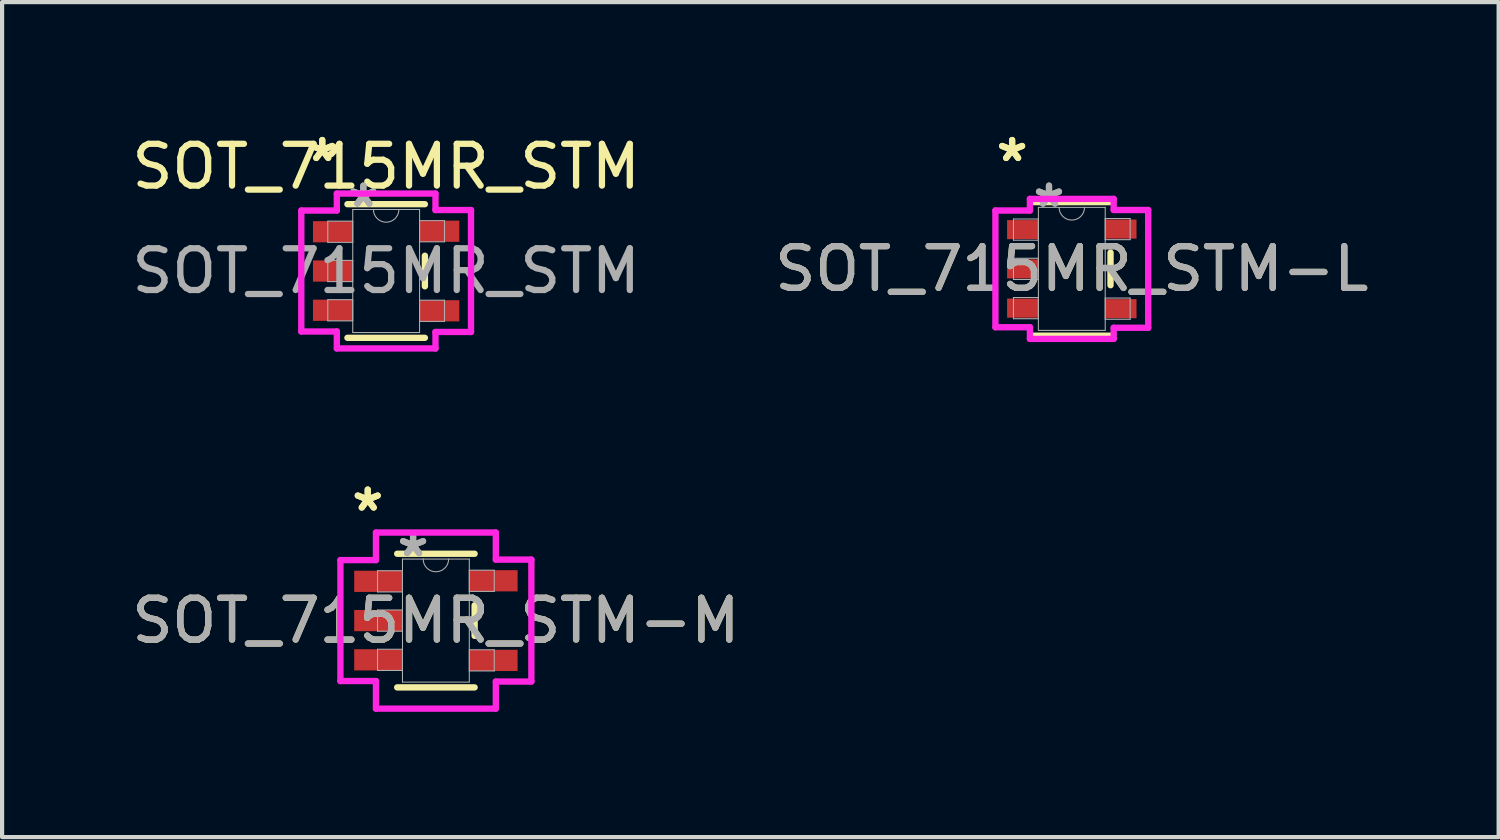
<source format=kicad_pcb>
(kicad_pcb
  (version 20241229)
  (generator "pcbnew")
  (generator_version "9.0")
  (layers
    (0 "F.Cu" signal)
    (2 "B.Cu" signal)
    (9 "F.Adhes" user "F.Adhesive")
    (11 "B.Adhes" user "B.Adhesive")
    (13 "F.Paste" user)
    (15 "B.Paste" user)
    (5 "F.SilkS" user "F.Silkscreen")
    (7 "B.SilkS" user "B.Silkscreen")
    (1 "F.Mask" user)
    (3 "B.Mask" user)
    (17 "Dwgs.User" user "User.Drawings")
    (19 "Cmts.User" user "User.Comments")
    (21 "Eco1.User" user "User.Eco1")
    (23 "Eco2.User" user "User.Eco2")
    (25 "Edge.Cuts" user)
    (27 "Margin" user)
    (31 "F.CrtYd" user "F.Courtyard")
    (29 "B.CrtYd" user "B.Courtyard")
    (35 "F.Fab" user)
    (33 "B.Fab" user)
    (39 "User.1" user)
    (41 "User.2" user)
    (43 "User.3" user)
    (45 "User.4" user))
  (footprint "SOT_715MR_STM"
    (layer "F.Cu")
    (at 6.196 3.439)
    (property "Reference" "SOT_715MR_STM" (at 0 -2.5 0) (unlocked yes) (layer "F.SilkS") (effects (font (size 1 1) (thickness 0.15))))
    (attr smd)
    (fp_line (start -0.927 1.6) (end 0.927 1.6) (stroke (width 0.152) (type solid)) (layer "F.SilkS"))
    (fp_line (start 0.927 -1.6) (end -0.927 -1.6) (stroke (width 0.152) (type solid)) (layer "F.SilkS"))
    (fp_line (start 0.927 0.366) (end 0.927 -0.366) (stroke (width 0.152) (type solid)) (layer "F.SilkS"))
    (fp_line (start -2.032 -1.448) (end -1.181 -1.448) (stroke (width 0.152) (type solid)) (layer "F.CrtYd"))
    (fp_line (start -2.032 1.448) (end -2.032 -1.448) (stroke (width 0.152) (type solid)) (layer "F.CrtYd"))
    (fp_line (start -1.181 -1.854) (end 1.181 -1.854) (stroke (width 0.152) (type solid)) (layer "F.CrtYd"))
    (fp_line (start -1.181 -1.448) (end -1.181 -1.854) (stroke (width 0.152) (type solid)) (layer "F.CrtYd"))
    (fp_line (start -1.181 1.448) (end -2.032 1.448) (stroke (width 0.152) (type solid)) (layer "F.CrtYd"))
    (fp_line (start -1.181 1.854) (end -1.181 1.448) (stroke (width 0.152) (type solid)) (layer "F.CrtYd"))
    (fp_line (start 1.181 -1.854) (end 1.181 -1.46) (stroke (width 0.152) (type solid)) (layer "F.CrtYd"))
    (fp_line (start 1.181 -1.46) (end 2.032 -1.46) (stroke (width 0.152) (type solid)) (layer "F.CrtYd"))
    (fp_line (start 1.181 1.46) (end 1.181 1.854) (stroke (width 0.152) (type solid)) (layer "F.CrtYd"))
    (fp_line (start 1.181 1.854) (end -1.181 1.854) (stroke (width 0.152) (type solid)) (layer "F.CrtYd"))
    (fp_line (start 2.032 -1.46) (end 2.032 1.46) (stroke (width 0.152) (type solid)) (layer "F.CrtYd"))
    (fp_line (start 2.032 1.46) (end 1.181 1.46) (stroke (width 0.152) (type solid)) (layer "F.CrtYd"))
    (fp_line (start -1.397 -1.194) (end -1.397 -0.686) (stroke (width 0.025) (type solid)) (layer "F.Fab"))
    (fp_line (start -1.397 -0.686) (end -0.8 -0.686) (stroke (width 0.025) (type solid)) (layer "F.Fab"))
    (fp_line (start -1.397 -0.254) (end -1.397 0.254) (stroke (width 0.025) (type solid)) (layer "F.Fab"))
    (fp_line (start -1.397 0.254) (end -0.8 0.254) (stroke (width 0.025) (type solid)) (layer "F.Fab"))
    (fp_line (start -1.397 0.686) (end -1.397 1.194) (stroke (width 0.025) (type solid)) (layer "F.Fab"))
    (fp_line (start -1.397 1.194) (end -0.8 1.194) (stroke (width 0.025) (type solid)) (layer "F.Fab"))
    (fp_line (start -0.8 -1.473) (end -0.8 1.473) (stroke (width 0.025) (type solid)) (layer "F.Fab"))
    (fp_line (start -0.8 -1.194) (end -1.397 -1.194) (stroke (width 0.025) (type solid)) (layer "F.Fab"))
    (fp_line (start -0.8 -0.686) (end -0.8 -1.194) (stroke (width 0.025) (type solid)) (layer "F.Fab"))
    (fp_line (start -0.8 -0.254) (end -1.397 -0.254) (stroke (width 0.025) (type solid)) (layer "F.Fab"))
    (fp_line (start -0.8 0.254) (end -0.8 -0.254) (stroke (width 0.025) (type solid)) (layer "F.Fab"))
    (fp_line (start -0.8 0.686) (end -1.397 0.686) (stroke (width 0.025) (type solid)) (layer "F.Fab"))
    (fp_line (start -0.8 1.194) (end -0.8 0.686) (stroke (width 0.025) (type solid)) (layer "F.Fab"))
    (fp_line (start -0.8 1.473) (end 0.8 1.473) (stroke (width 0.025) (type solid)) (layer "F.Fab"))
    (fp_line (start 0.8 -1.473) (end -0.8 -1.473) (stroke (width 0.025) (type solid)) (layer "F.Fab"))
    (fp_line (start 0.8 -1.206) (end 0.8 -0.699) (stroke (width 0.025) (type solid)) (layer "F.Fab"))
    (fp_line (start 0.8 -0.699) (end 1.397 -0.699) (stroke (width 0.025) (type solid)) (layer "F.Fab"))
    (fp_line (start 0.8 0.699) (end 0.8 1.206) (stroke (width 0.025) (type solid)) (layer "F.Fab"))
    (fp_line (start 0.8 1.206) (end 1.397 1.206) (stroke (width 0.025) (type solid)) (layer "F.Fab"))
    (fp_line (start 0.8 1.473) (end 0.8 -1.473) (stroke (width 0.025) (type solid)) (layer "F.Fab"))
    (fp_line (start 1.397 -1.206) (end 0.8 -1.206) (stroke (width 0.025) (type solid)) (layer "F.Fab"))
    (fp_line (start 1.397 -0.699) (end 1.397 -1.206) (stroke (width 0.025) (type solid)) (layer "F.Fab"))
    (fp_line (start 1.397 0.699) (end 0.8 0.699) (stroke (width 0.025) (type solid)) (layer "F.Fab"))
    (fp_line (start 1.397 1.206) (end 1.397 0.699) (stroke (width 0.025) (type solid)) (layer "F.Fab"))
    (fp_arc (start 0.3048 -1.4732) (mid 0 -1.1684) (end -0.3048 -1.4732) (stroke (width 0.0254) (type solid)) (layer "F.Fab"))
    (fp_text user "*" (at -1.53 -2.591 0) (unlocked yes) (layer "F.SilkS") (effects (font (size 1 1) (thickness 0.15))))
    (fp_text user "*" (at -1.53 -2.591 0) (layer "F.SilkS") (effects (font (size 1 1) (thickness 0.15))))
    (fp_text user "${REFERENCE}" (at 0 0 0) (unlocked yes) (layer "F.Fab") (effects (font (size 1 1) (thickness 0.15))))
    (fp_text user "*" (at -0.546 -1.499 0) (unlocked yes) (layer "F.Fab") (effects (font (size 1 1) (thickness 0.15))))
    (fp_text user "*" (at -0.546 -1.499 0) (layer "F.Fab") (effects (font (size 1 1) (thickness 0.15))))
    (pad "1" smd rect (at -1.276 -0.94) (size 0.953 0.508) (layers "F.Cu" "F.Mask" "F.Paste"))
    (pad "2" smd rect (at -1.276 0) (size 0.953 0.508) (layers "F.Cu" "F.Mask" "F.Paste"))
    (pad "3" smd rect (at -1.276 0.94) (size 0.953 0.508) (layers "F.Cu" "F.Mask" "F.Paste"))
    (pad "4" smd rect (at 1.276 0.953) (size 0.953 0.508) (layers "F.Cu" "F.Mask" "F.Paste"))
    (pad "5" smd rect (at 1.276 -0.953) (size 0.953 0.508) (layers "F.Cu" "F.Mask" "F.Paste")))
  (footprint "SOT_715MR_STM-L"
    (layer "F.Cu")
    (at 22.613 3.388)
    (property "Reference" "SOT_715MR_STM-L" (at 0 0 0) (unlocked yes) (layer "F.SilkS") (effects (font (size 1 1) (thickness 0.15))))
    (attr smd)
    (fp_line (start -0.927 1.6) (end 0.927 1.6) (stroke (width 0.152) (type solid)) (layer "F.SilkS"))
    (fp_line (start 0.927 -1.6) (end -0.927 -1.6) (stroke (width 0.152) (type solid)) (layer "F.SilkS"))
    (fp_line (start 0.927 0.391) (end 0.927 -0.391) (stroke (width 0.152) (type solid)) (layer "F.SilkS"))
    (fp_line (start -1.829 -1.397) (end -1.003 -1.397) (stroke (width 0.152) (type solid)) (layer "F.CrtYd"))
    (fp_line (start -1.829 1.397) (end -1.829 -1.397) (stroke (width 0.152) (type solid)) (layer "F.CrtYd"))
    (fp_line (start -1.003 -1.676) (end 1.003 -1.676) (stroke (width 0.152) (type solid)) (layer "F.CrtYd"))
    (fp_line (start -1.003 -1.397) (end -1.003 -1.676) (stroke (width 0.152) (type solid)) (layer "F.CrtYd"))
    (fp_line (start -1.003 1.397) (end -1.829 1.397) (stroke (width 0.152) (type solid)) (layer "F.CrtYd"))
    (fp_line (start -1.003 1.676) (end -1.003 1.397) (stroke (width 0.152) (type solid)) (layer "F.CrtYd"))
    (fp_line (start 1.003 -1.676) (end 1.003 -1.41) (stroke (width 0.152) (type solid)) (layer "F.CrtYd"))
    (fp_line (start 1.003 -1.41) (end 1.829 -1.41) (stroke (width 0.152) (type solid)) (layer "F.CrtYd"))
    (fp_line (start 1.003 1.41) (end 1.003 1.676) (stroke (width 0.152) (type solid)) (layer "F.CrtYd"))
    (fp_line (start 1.003 1.676) (end -1.003 1.676) (stroke (width 0.152) (type solid)) (layer "F.CrtYd"))
    (fp_line (start 1.829 -1.41) (end 1.829 1.41) (stroke (width 0.152) (type solid)) (layer "F.CrtYd"))
    (fp_line (start 1.829 1.41) (end 1.003 1.41) (stroke (width 0.152) (type solid)) (layer "F.CrtYd"))
    (fp_line (start -1.397 -1.194) (end -1.397 -0.686) (stroke (width 0.025) (type solid)) (layer "F.Fab"))
    (fp_line (start -1.397 -0.686) (end -0.8 -0.686) (stroke (width 0.025) (type solid)) (layer "F.Fab"))
    (fp_line (start -1.397 -0.254) (end -1.397 0.254) (stroke (width 0.025) (type solid)) (layer "F.Fab"))
    (fp_line (start -1.397 0.254) (end -0.8 0.254) (stroke (width 0.025) (type solid)) (layer "F.Fab"))
    (fp_line (start -1.397 0.686) (end -1.397 1.194) (stroke (width 0.025) (type solid)) (layer "F.Fab"))
    (fp_line (start -1.397 1.194) (end -0.8 1.194) (stroke (width 0.025) (type solid)) (layer "F.Fab"))
    (fp_line (start -0.8 -1.473) (end -0.8 1.473) (stroke (width 0.025) (type solid)) (layer "F.Fab"))
    (fp_line (start -0.8 -1.194) (end -1.397 -1.194) (stroke (width 0.025) (type solid)) (layer "F.Fab"))
    (fp_line (start -0.8 -0.686) (end -0.8 -1.194) (stroke (width 0.025) (type solid)) (layer "F.Fab"))
    (fp_line (start -0.8 -0.254) (end -1.397 -0.254) (stroke (width 0.025) (type solid)) (layer "F.Fab"))
    (fp_line (start -0.8 0.254) (end -0.8 -0.254) (stroke (width 0.025) (type solid)) (layer "F.Fab"))
    (fp_line (start -0.8 0.686) (end -1.397 0.686) (stroke (width 0.025) (type solid)) (layer "F.Fab"))
    (fp_line (start -0.8 1.194) (end -0.8 0.686) (stroke (width 0.025) (type solid)) (layer "F.Fab"))
    (fp_line (start -0.8 1.473) (end 0.8 1.473) (stroke (width 0.025) (type solid)) (layer "F.Fab"))
    (fp_line (start 0.8 -1.473) (end -0.8 -1.473) (stroke (width 0.025) (type solid)) (layer "F.Fab"))
    (fp_line (start 0.8 -1.206) (end 0.8 -0.699) (stroke (width 0.025) (type solid)) (layer "F.Fab"))
    (fp_line (start 0.8 -0.699) (end 1.397 -0.699) (stroke (width 0.025) (type solid)) (layer "F.Fab"))
    (fp_line (start 0.8 0.699) (end 0.8 1.206) (stroke (width 0.025) (type solid)) (layer "F.Fab"))
    (fp_line (start 0.8 1.206) (end 1.397 1.206) (stroke (width 0.025) (type solid)) (layer "F.Fab"))
    (fp_line (start 0.8 1.473) (end 0.8 -1.473) (stroke (width 0.025) (type solid)) (layer "F.Fab"))
    (fp_line (start 1.397 -1.206) (end 0.8 -1.206) (stroke (width 0.025) (type solid)) (layer "F.Fab"))
    (fp_line (start 1.397 -0.699) (end 1.397 -1.206) (stroke (width 0.025) (type solid)) (layer "F.Fab"))
    (fp_line (start 1.397 0.699) (end 0.8 0.699) (stroke (width 0.025) (type solid)) (layer "F.Fab"))
    (fp_line (start 1.397 1.206) (end 1.397 0.699) (stroke (width 0.025) (type solid)) (layer "F.Fab"))
    (fp_arc (start 0.3048 -1.4732) (mid 0 -1.1684) (end -0.3048 -1.4732) (stroke (width 0.0254) (type solid)) (layer "F.Fab"))
    (fp_text user "*" (at -1.429 -2.54 0) (layer "F.SilkS") (effects (font (size 1 1) (thickness 0.15))))
    (fp_text user "*" (at -1.429 -2.54 0) (unlocked yes) (layer "F.SilkS") (effects (font (size 1 1) (thickness 0.15))))
    (fp_text user "*" (at -0.546 -1.448 0) (unlocked yes) (layer "F.Fab") (effects (font (size 1 1) (thickness 0.15))))
    (fp_text user "*" (at -0.546 -1.448 0) (layer "F.Fab") (effects (font (size 1 1) (thickness 0.15))))
    (fp_text user "${REFERENCE}" (at 0 0 0) (unlocked yes) (layer "F.Fab") (effects (font (size 1 1) (thickness 0.15))))
    (pad "1" smd rect (at -1.175 -0.94) (size 0.749 0.457) (layers "F.Cu" "F.Mask" "F.Paste"))
    (pad "2" smd rect (at -1.175 0) (size 0.749 0.457) (layers "F.Cu" "F.Mask" "F.Paste"))
    (pad "3" smd rect (at -1.175 0.94) (size 0.749 0.457) (layers "F.Cu" "F.Mask" "F.Paste"))
    (pad "4" smd rect (at 1.175 0.953) (size 0.749 0.457) (layers "F.Cu" "F.Mask" "F.Paste"))
    (pad "5" smd rect (at 1.175 -0.953) (size 0.749 0.457) (layers "F.Cu" "F.Mask" "F.Paste")))
  (footprint "SOT_715MR_STM-M"
    (layer "F.Cu")
    (at 7.387 11.809)
    (property "Reference" "SOT_715MR_STM-M" (at 0 0 0) (unlocked yes) (layer "F.SilkS") (effects (font (size 1 1) (thickness 0.15))))
    (attr smd)
    (fp_line (start -0.927 1.6) (end 0.927 1.6) (stroke (width 0.152) (type solid)) (layer "F.SilkS"))
    (fp_line (start 0.927 -1.6) (end -0.927 -1.6) (stroke (width 0.152) (type solid)) (layer "F.SilkS"))
    (fp_line (start 0.927 0.366) (end 0.927 -0.366) (stroke (width 0.152) (type solid)) (layer "F.SilkS"))
    (fp_line (start -2.286 -1.448) (end -1.435 -1.448) (stroke (width 0.152) (type solid)) (layer "F.CrtYd"))
    (fp_line (start -2.286 1.448) (end -2.286 -1.448) (stroke (width 0.152) (type solid)) (layer "F.CrtYd"))
    (fp_line (start -1.435 -2.108) (end 1.435 -2.108) (stroke (width 0.152) (type solid)) (layer "F.CrtYd"))
    (fp_line (start -1.435 -1.448) (end -1.435 -2.108) (stroke (width 0.152) (type solid)) (layer "F.CrtYd"))
    (fp_line (start -1.435 1.448) (end -2.286 1.448) (stroke (width 0.152) (type solid)) (layer "F.CrtYd"))
    (fp_line (start -1.435 2.108) (end -1.435 1.448) (stroke (width 0.152) (type solid)) (layer "F.CrtYd"))
    (fp_line (start 1.435 -2.108) (end 1.435 -1.46) (stroke (width 0.152) (type solid)) (layer "F.CrtYd"))
    (fp_line (start 1.435 -1.46) (end 2.286 -1.46) (stroke (width 0.152) (type solid)) (layer "F.CrtYd"))
    (fp_line (start 1.435 1.46) (end 1.435 2.108) (stroke (width 0.152) (type solid)) (layer "F.CrtYd"))
    (fp_line (start 1.435 2.108) (end -1.435 2.108) (stroke (width 0.152) (type solid)) (layer "F.CrtYd"))
    (fp_line (start 2.286 -1.46) (end 2.286 1.46) (stroke (width 0.152) (type solid)) (layer "F.CrtYd"))
    (fp_line (start 2.286 1.46) (end 1.435 1.46) (stroke (width 0.152) (type solid)) (layer "F.CrtYd"))
    (fp_line (start -1.397 -1.194) (end -1.397 -0.686) (stroke (width 0.025) (type solid)) (layer "F.Fab"))
    (fp_line (start -1.397 -0.686) (end -0.8 -0.686) (stroke (width 0.025) (type solid)) (layer "F.Fab"))
    (fp_line (start -1.397 -0.254) (end -1.397 0.254) (stroke (width 0.025) (type solid)) (layer "F.Fab"))
    (fp_line (start -1.397 0.254) (end -0.8 0.254) (stroke (width 0.025) (type solid)) (layer "F.Fab"))
    (fp_line (start -1.397 0.686) (end -1.397 1.194) (stroke (width 0.025) (type solid)) (layer "F.Fab"))
    (fp_line (start -1.397 1.194) (end -0.8 1.194) (stroke (width 0.025) (type solid)) (layer "F.Fab"))
    (fp_line (start -0.8 -1.473) (end -0.8 1.473) (stroke (width 0.025) (type solid)) (layer "F.Fab"))
    (fp_line (start -0.8 -1.194) (end -1.397 -1.194) (stroke (width 0.025) (type solid)) (layer "F.Fab"))
    (fp_line (start -0.8 -0.686) (end -0.8 -1.194) (stroke (width 0.025) (type solid)) (layer "F.Fab"))
    (fp_line (start -0.8 -0.254) (end -1.397 -0.254) (stroke (width 0.025) (type solid)) (layer "F.Fab"))
    (fp_line (start -0.8 0.254) (end -0.8 -0.254) (stroke (width 0.025) (type solid)) (layer "F.Fab"))
    (fp_line (start -0.8 0.686) (end -1.397 0.686) (stroke (width 0.025) (type solid)) (layer "F.Fab"))
    (fp_line (start -0.8 1.194) (end -0.8 0.686) (stroke (width 0.025) (type solid)) (layer "F.Fab"))
    (fp_line (start -0.8 1.473) (end 0.8 1.473) (stroke (width 0.025) (type solid)) (layer "F.Fab"))
    (fp_line (start 0.8 -1.473) (end -0.8 -1.473) (stroke (width 0.025) (type solid)) (layer "F.Fab"))
    (fp_line (start 0.8 -1.206) (end 0.8 -0.699) (stroke (width 0.025) (type solid)) (layer "F.Fab"))
    (fp_line (start 0.8 -0.699) (end 1.397 -0.699) (stroke (width 0.025) (type solid)) (layer "F.Fab"))
    (fp_line (start 0.8 0.699) (end 0.8 1.206) (stroke (width 0.025) (type solid)) (layer "F.Fab"))
    (fp_line (start 0.8 1.206) (end 1.397 1.206) (stroke (width 0.025) (type solid)) (layer "F.Fab"))
    (fp_line (start 0.8 1.473) (end 0.8 -1.473) (stroke (width 0.025) (type solid)) (layer "F.Fab"))
    (fp_line (start 1.397 -1.206) (end 0.8 -1.206) (stroke (width 0.025) (type solid)) (layer "F.Fab"))
    (fp_line (start 1.397 -0.699) (end 1.397 -1.206) (stroke (width 0.025) (type solid)) (layer "F.Fab"))
    (fp_line (start 1.397 0.699) (end 0.8 0.699) (stroke (width 0.025) (type solid)) (layer "F.Fab"))
    (fp_line (start 1.397 1.206) (end 1.397 0.699) (stroke (width 0.025) (type solid)) (layer "F.Fab"))
    (fp_arc (start 0.3048 -1.4732) (mid 0 -1.1684) (end -0.3048 -1.4732) (stroke (width 0.0254) (type solid)) (layer "F.Fab"))
    (fp_text user "*" (at -1.632 -2.591 0) (unlocked yes) (layer "F.SilkS") (effects (font (size 1 1) (thickness 0.15))))
    (fp_text user "*" (at -1.632 -2.591 0) (layer "F.SilkS") (effects (font (size 1 1) (thickness 0.15))))
    (fp_text user "*" (at -0.546 -1.499 0) (unlocked yes) (layer "F.Fab") (effects (font (size 1 1) (thickness 0.15))))
    (fp_text user "*" (at -0.546 -1.499 0) (layer "F.Fab") (effects (font (size 1 1) (thickness 0.15))))
    (fp_text user "${REFERENCE}" (at 0 0 0) (unlocked yes) (layer "F.Fab") (effects (font (size 1 1) (thickness 0.15))))
    (pad "1" smd rect (at -1.378 -0.94) (size 1.156 0.508) (layers "F.Cu" "F.Mask" "F.Paste"))
    (pad "2" smd rect (at -1.378 0) (size 1.156 0.508) (layers "F.Cu" "F.Mask" "F.Paste"))
    (pad "3" smd rect (at -1.378 0.94) (size 1.156 0.508) (layers "F.Cu" "F.Mask" "F.Paste"))
    (pad "4" smd rect (at 1.378 0.953) (size 1.156 0.508) (layers "F.Cu" "F.Mask" "F.Paste"))
    (pad "5" smd rect (at 1.378 -0.953) (size 1.156 0.508) (layers "F.Cu" "F.Mask" "F.Paste")))
  (gr_rect
    (start -3 -3)
    (end 32.833 16.993)
    (stroke (width 0.1) (type default))
    (fill no)
    (layer "Edge.Cuts")))
</source>
